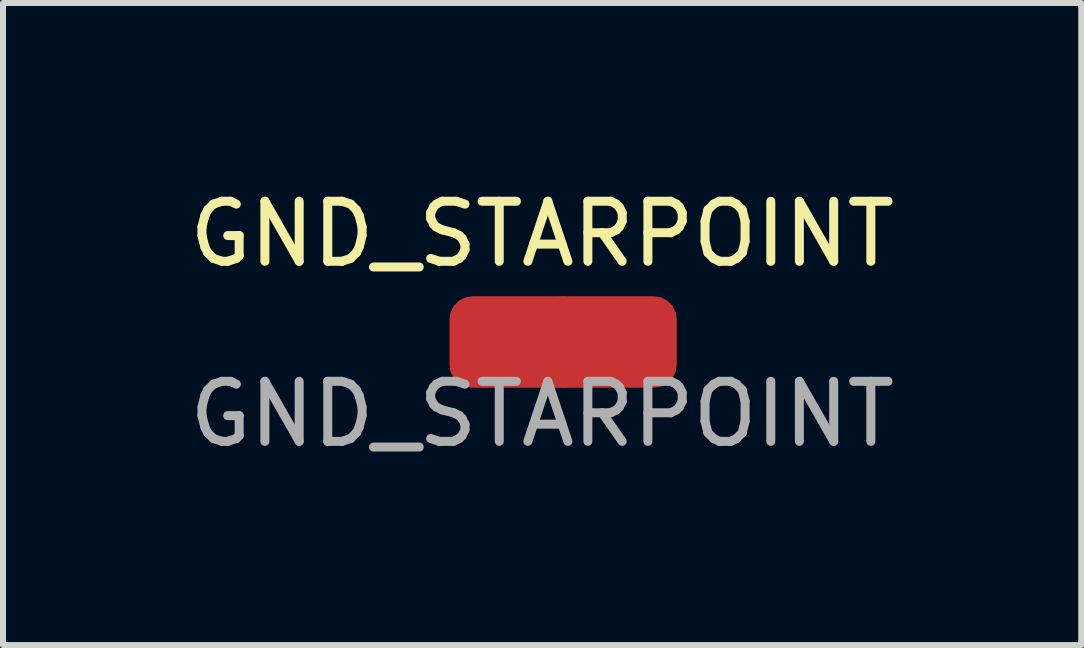
<source format=kicad_pcb>
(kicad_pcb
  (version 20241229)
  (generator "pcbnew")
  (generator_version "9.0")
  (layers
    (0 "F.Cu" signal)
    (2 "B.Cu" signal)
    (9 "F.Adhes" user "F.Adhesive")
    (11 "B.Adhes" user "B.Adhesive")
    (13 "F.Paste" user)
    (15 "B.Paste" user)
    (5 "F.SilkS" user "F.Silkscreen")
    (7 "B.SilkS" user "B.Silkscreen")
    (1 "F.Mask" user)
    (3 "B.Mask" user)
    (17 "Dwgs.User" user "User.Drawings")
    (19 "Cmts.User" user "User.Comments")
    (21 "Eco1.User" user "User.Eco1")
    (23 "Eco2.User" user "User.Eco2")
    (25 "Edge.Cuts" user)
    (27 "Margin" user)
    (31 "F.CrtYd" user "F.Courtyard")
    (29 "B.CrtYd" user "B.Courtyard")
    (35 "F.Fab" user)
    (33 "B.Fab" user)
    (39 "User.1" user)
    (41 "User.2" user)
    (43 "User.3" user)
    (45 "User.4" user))
  (footprint "GND_STARPOINT"
    (layer "F.Cu")
    (at 5.982 1.348)
    (property "Reference" "GND_STARPOINT" (at 0 -0.5 0) (unlocked yes) (layer "F.SilkS") (effects (font (size 1 1) (thickness 0.15))))
    (attr smd)
    (fp_text user "${REFERENCE}" (at 0 2.5 0) (unlocked yes) (layer "F.Fab") (effects (font (size 1 1) (thickness 0.15))))
    (pad "1" smd roundrect (at -0.4 1.3) (size 2.286 1.524) (layers "F.Cu") (roundrect_rratio 0.25))
    (pad "2" smd roundrect (at 1.1 1.3) (size 2.286 1.524) (layers "F.Cu") (roundrect_rratio 0.25)))
  (gr_rect
    (start -3 -3)
    (end 14.964 7.697)
    (stroke (width 0.1) (type default))
    (fill no)
    (layer "Edge.Cuts")))
</source>
